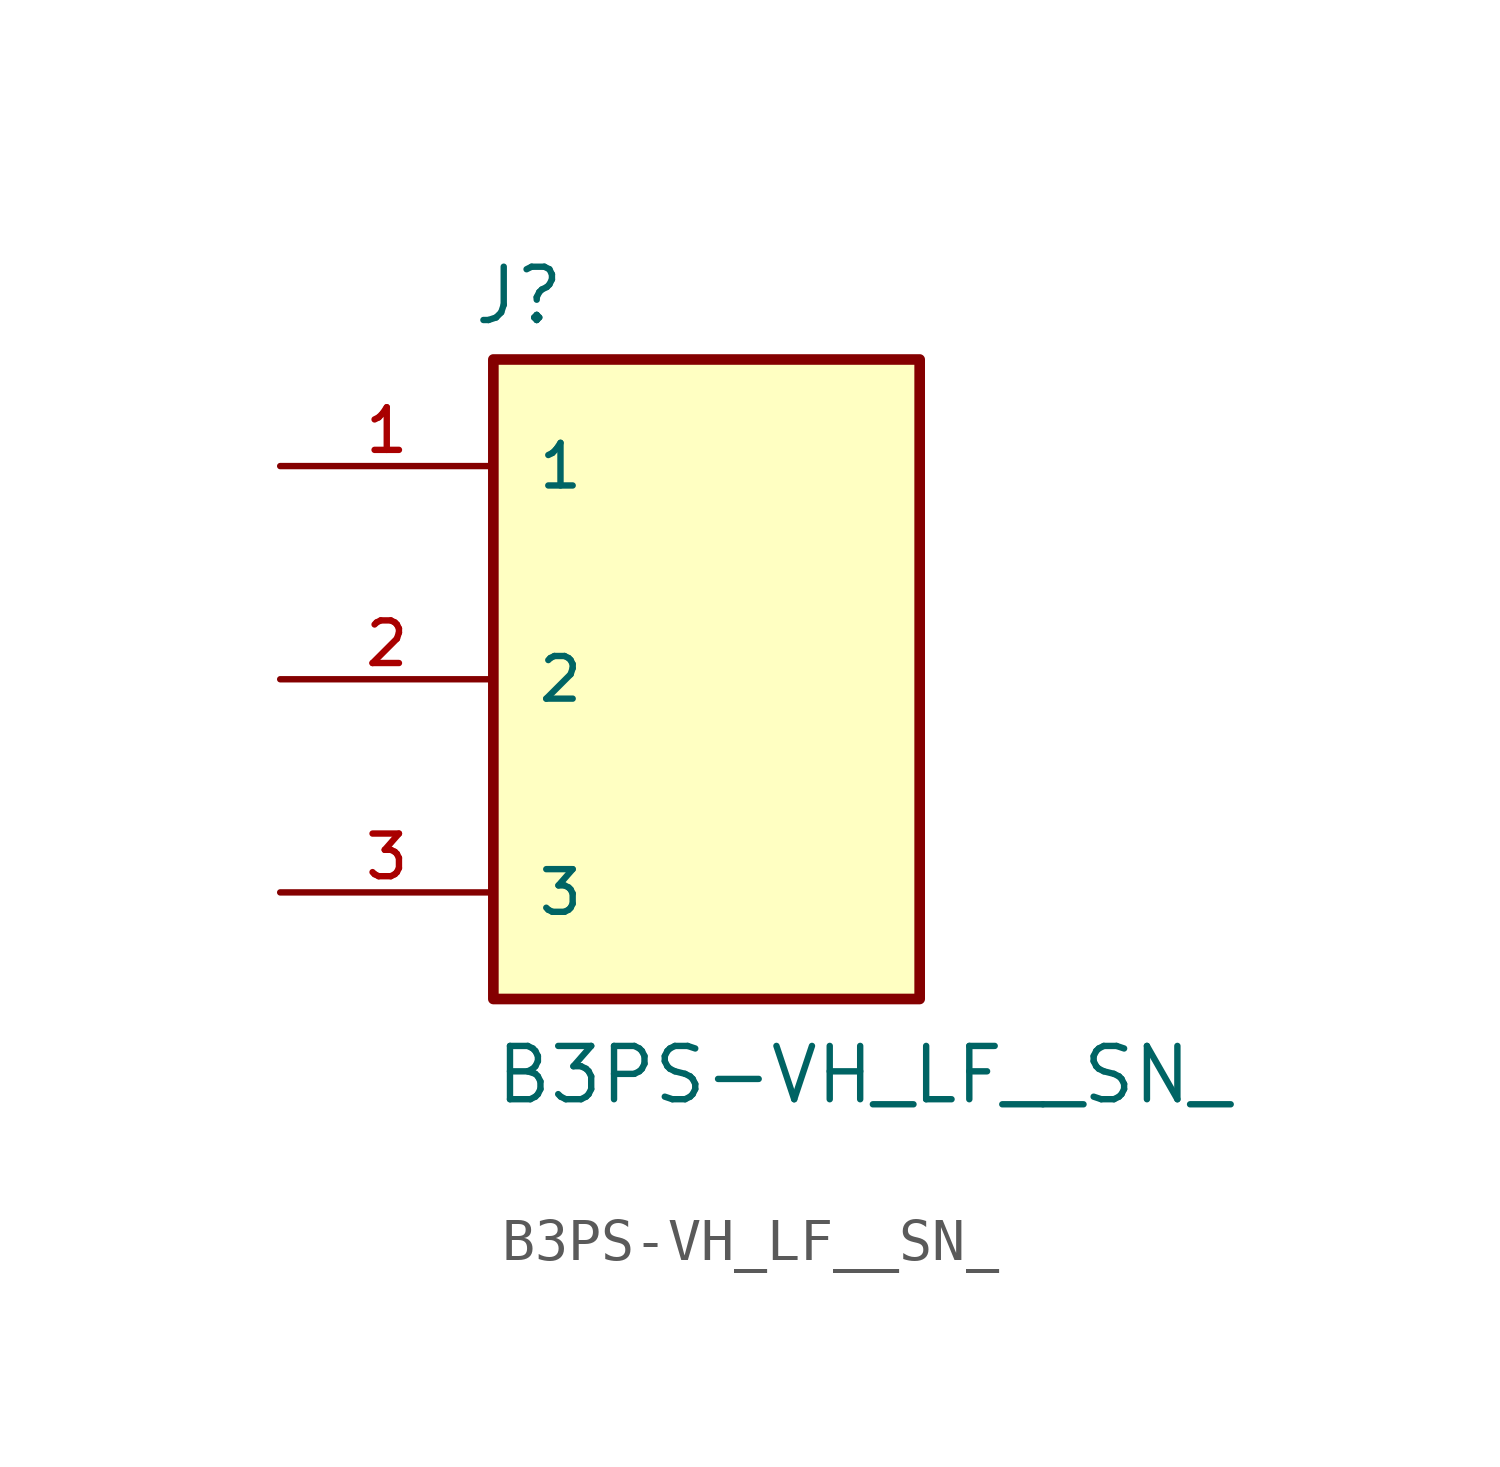
<source format=kicad_sym>
(kicad_symbol_lib
  (version 20211014)
  (generator kicad_symbol_editor)
  (symbol "B3PS-VH_LF__SN_"
    (pin_names
      (offset 1.016))
    (property "Reference" "J"
      (at -5.598 8.398 0)
      (effects (font (size 1.27 1.27)) (justify bottom left)))
    (property "Value" "B3PS-VH_LF__SN_"
      (at -5.086 -10.172 0)
      (effects (font (size 1.27 1.27)) (justify bottom left)))
    (symbol "B3PS-VH_LF__SN__0_0"
      (rectangle (start -5.08 -7.62) (end 5.08 7.62) (stroke (width 0.254)) (fill (type background)))
      (pin passive line (at -10.16 5.08 0) (length 5.08) (name "1" (effects (font (size 1.016 1.016)))) (number "1" (effects (font (size 1.016 1.016)))))
      (pin passive line (at -10.16 0.0 0) (length 5.08) (name "2" (effects (font (size 1.016 1.016)))) (number "2" (effects (font (size 1.016 1.016)))))
      (pin passive line (at -10.16 -5.08 0) (length 5.08) (name "3" (effects (font (size 1.016 1.016)))) (number "3" (effects (font (size 1.016 1.016))))))))
</source>
